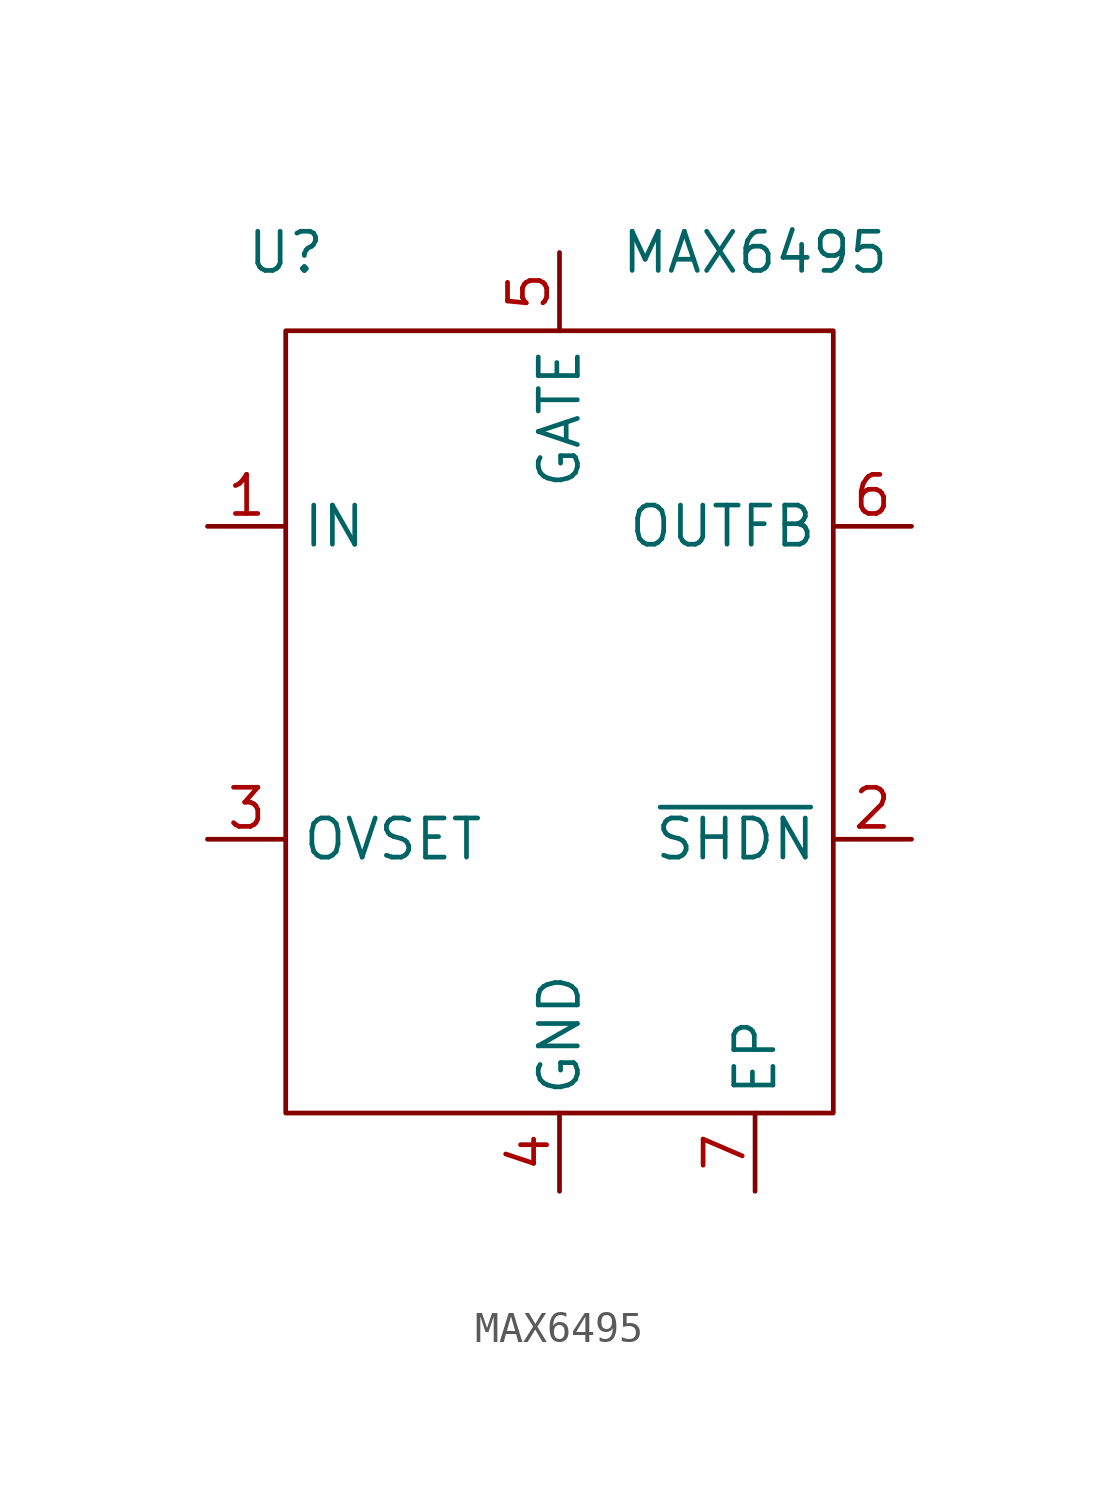
<source format=kicad_sym>
(kicad_symbol_lib
  (version 20211014)
  (generator kicad_symbol_editor)
  (symbol "MAX6495"
    (property "Reference" "U"
      (at -8.89 13.97 0)
      (effects (font (size 1.27 1.27))))
    (property "Value" "MAX6495"
      (at 6.35 13.97 0)
      (effects (font (size 1.27 1.27))))
    (symbol "MAX6495_0_1"
      (rectangle (start -8.89 11.43) (end 8.89 -13.97) (stroke (width 0) (type default) (color 0 0 0 0)) (fill (type none))))
    (symbol "MAX6495_1_1"
      (pin power_in line (at -11.43 5.08 0) (length 2.54) (name "IN" (effects (font (size 1.27 1.27)))) (number "1" (effects (font (size 1.27 1.27)))))
      (pin input line (at 11.43 -5.08 180) (length 2.54) (name "~{SHDN}" (effects (font (size 1.27 1.27)))) (number "2" (effects (font (size 1.27 1.27)))))
      (pin input line (at -11.43 -5.08 0) (length 2.54) (name "OVSET" (effects (font (size 1.27 1.27)))) (number "3" (effects (font (size 1.27 1.27)))))
      (pin power_in line (at 0 -16.51 90) (length 2.54) (name "GND" (effects (font (size 1.27 1.27)))) (number "4" (effects (font (size 1.27 1.27)))))
      (pin output line (at 0 13.97 270) (length 2.54) (name "GATE" (effects (font (size 1.27 1.27)))) (number "5" (effects (font (size 1.27 1.27)))))
      (pin input line (at 11.43 5.08 180) (length 2.54) (name "OUTFB" (effects (font (size 1.27 1.27)))) (number "6" (effects (font (size 1.27 1.27)))))
      (pin unspecified line (at 6.35 -16.51 90) (length 2.54) (name "EP" (effects (font (size 1.27 1.27)))) (number "7" (effects (font (size 1.27 1.27))))))))
</source>
